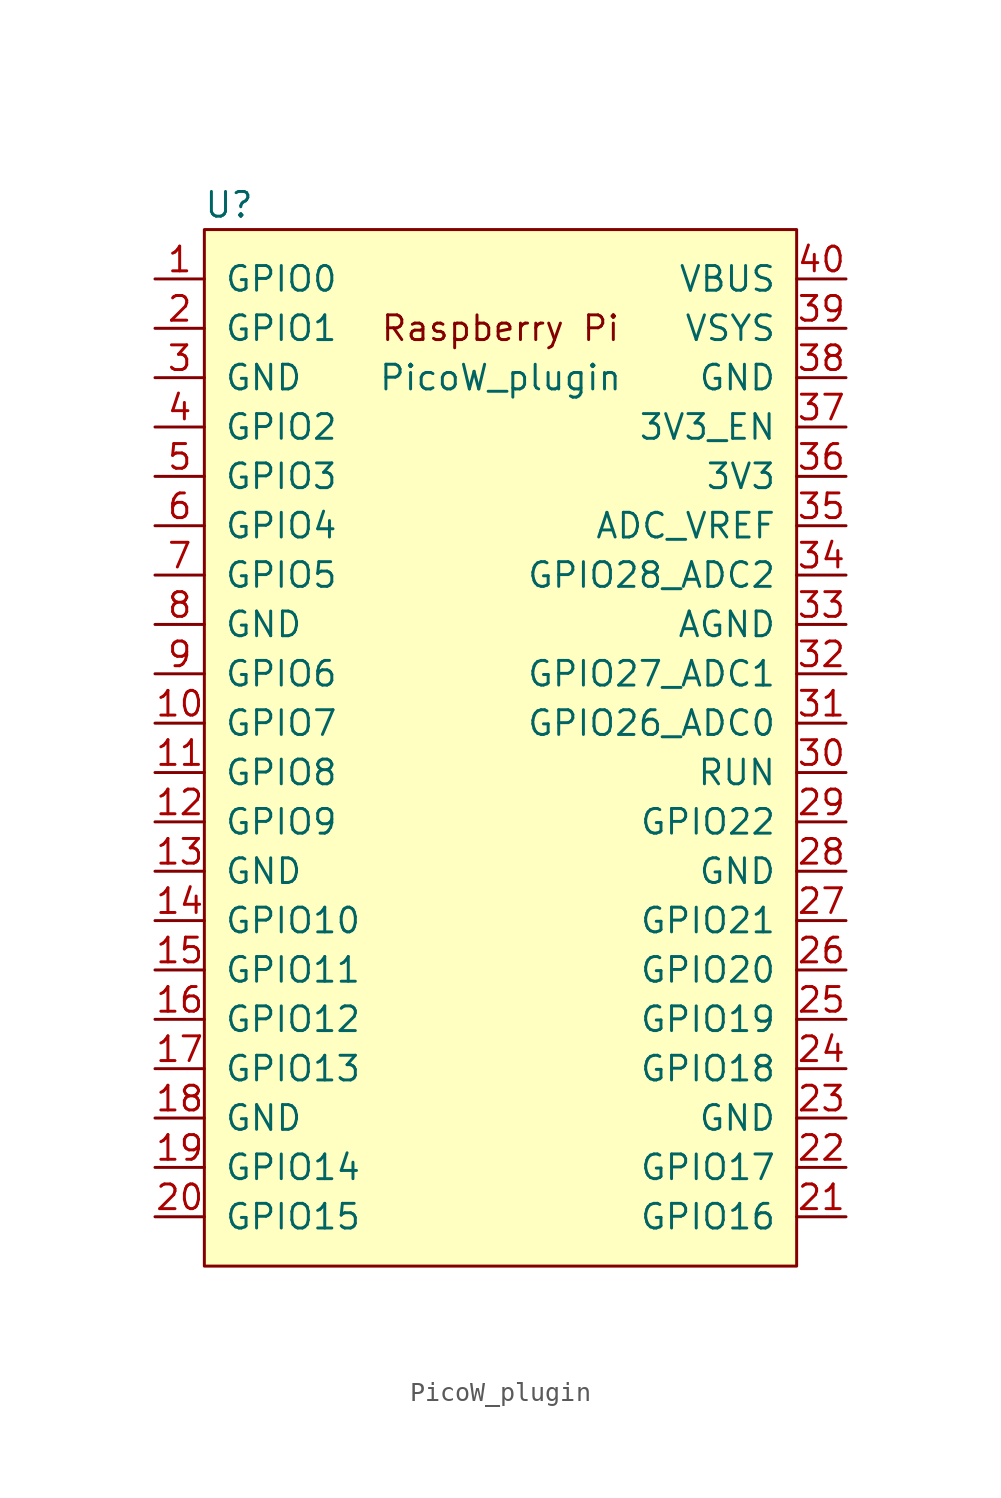
<source format=kicad_sym>
(kicad_symbol_lib
  (version 20231120)
  (generator "kicad_symbol_editor")
  (generator_version "8.0")
  (symbol "PicoW_plugin"
    (pin_names
      (offset 1.016))
    (property "Reference" "U"
      (at -13.97 27.94 0)
      (effects (font (size 1.27 1.27))))
    (property "Value" "PicoW_plugin"
      (at 0 19.05 0)
      (effects (font (size 1.27 1.27))))
    (symbol "PicoW_plugin_0_0"
      (text "Raspberry Pi" (at 0 21.59 0) (effects (font (size 1.27 1.27)))))
    (symbol "PicoW_plugin_0_1"
      (rectangle (start -15.24 26.67) (end 15.24 -26.67) (stroke (width 0) (type default)) (fill (type background))))
    (symbol "PicoW_plugin_1_1"
      (pin bidirectional line (at -17.78 24.13 0) (length 2.54) (name "GPIO0" (effects (font (size 1.27 1.27)))) (number "1" (effects (font (size 1.27 1.27)))))
      (pin bidirectional line (at -17.78 1.27 0) (length 2.54) (name "GPIO7" (effects (font (size 1.27 1.27)))) (number "10" (effects (font (size 1.27 1.27)))))
      (pin bidirectional line (at -17.78 -1.27 0) (length 2.54) (name "GPIO8" (effects (font (size 1.27 1.27)))) (number "11" (effects (font (size 1.27 1.27)))))
      (pin bidirectional line (at -17.78 -3.81 0) (length 2.54) (name "GPIO9" (effects (font (size 1.27 1.27)))) (number "12" (effects (font (size 1.27 1.27)))))
      (pin power_in line (at -17.78 -6.35 0) (length 2.54) (name "GND" (effects (font (size 1.27 1.27)))) (number "13" (effects (font (size 1.27 1.27)))))
      (pin bidirectional line (at -17.78 -8.89 0) (length 2.54) (name "GPIO10" (effects (font (size 1.27 1.27)))) (number "14" (effects (font (size 1.27 1.27)))))
      (pin bidirectional line (at -17.78 -11.43 0) (length 2.54) (name "GPIO11" (effects (font (size 1.27 1.27)))) (number "15" (effects (font (size 1.27 1.27)))))
      (pin bidirectional line (at -17.78 -13.97 0) (length 2.54) (name "GPIO12" (effects (font (size 1.27 1.27)))) (number "16" (effects (font (size 1.27 1.27)))))
      (pin bidirectional line (at -17.78 -16.51 0) (length 2.54) (name "GPIO13" (effects (font (size 1.27 1.27)))) (number "17" (effects (font (size 1.27 1.27)))))
      (pin power_in line (at -17.78 -19.05 0) (length 2.54) (name "GND" (effects (font (size 1.27 1.27)))) (number "18" (effects (font (size 1.27 1.27)))))
      (pin bidirectional line (at -17.78 -21.59 0) (length 2.54) (name "GPIO14" (effects (font (size 1.27 1.27)))) (number "19" (effects (font (size 1.27 1.27)))))
      (pin bidirectional line (at -17.78 21.59 0) (length 2.54) (name "GPIO1" (effects (font (size 1.27 1.27)))) (number "2" (effects (font (size 1.27 1.27)))))
      (pin bidirectional line (at -17.78 -24.13 0) (length 2.54) (name "GPIO15" (effects (font (size 1.27 1.27)))) (number "20" (effects (font (size 1.27 1.27)))))
      (pin bidirectional line (at 17.78 -24.13 180) (length 2.54) (name "GPIO16" (effects (font (size 1.27 1.27)))) (number "21" (effects (font (size 1.27 1.27)))))
      (pin bidirectional line (at 17.78 -21.59 180) (length 2.54) (name "GPIO17" (effects (font (size 1.27 1.27)))) (number "22" (effects (font (size 1.27 1.27)))))
      (pin power_in line (at 17.78 -19.05 180) (length 2.54) (name "GND" (effects (font (size 1.27 1.27)))) (number "23" (effects (font (size 1.27 1.27)))))
      (pin bidirectional line (at 17.78 -16.51 180) (length 2.54) (name "GPIO18" (effects (font (size 1.27 1.27)))) (number "24" (effects (font (size 1.27 1.27)))))
      (pin bidirectional line (at 17.78 -13.97 180) (length 2.54) (name "GPIO19" (effects (font (size 1.27 1.27)))) (number "25" (effects (font (size 1.27 1.27)))))
      (pin bidirectional line (at 17.78 -11.43 180) (length 2.54) (name "GPIO20" (effects (font (size 1.27 1.27)))) (number "26" (effects (font (size 1.27 1.27)))))
      (pin bidirectional line (at 17.78 -8.89 180) (length 2.54) (name "GPIO21" (effects (font (size 1.27 1.27)))) (number "27" (effects (font (size 1.27 1.27)))))
      (pin power_in line (at 17.78 -6.35 180) (length 2.54) (name "GND" (effects (font (size 1.27 1.27)))) (number "28" (effects (font (size 1.27 1.27)))))
      (pin bidirectional line (at 17.78 -3.81 180) (length 2.54) (name "GPIO22" (effects (font (size 1.27 1.27)))) (number "29" (effects (font (size 1.27 1.27)))))
      (pin power_in line (at -17.78 19.05 0) (length 2.54) (name "GND" (effects (font (size 1.27 1.27)))) (number "3" (effects (font (size 1.27 1.27)))))
      (pin input line (at 17.78 -1.27 180) (length 2.54) (name "RUN" (effects (font (size 1.27 1.27)))) (number "30" (effects (font (size 1.27 1.27)))))
      (pin bidirectional line (at 17.78 1.27 180) (length 2.54) (name "GPIO26_ADC0" (effects (font (size 1.27 1.27)))) (number "31" (effects (font (size 1.27 1.27)))))
      (pin bidirectional line (at 17.78 3.81 180) (length 2.54) (name "GPIO27_ADC1" (effects (font (size 1.27 1.27)))) (number "32" (effects (font (size 1.27 1.27)))))
      (pin power_in line (at 17.78 6.35 180) (length 2.54) (name "AGND" (effects (font (size 1.27 1.27)))) (number "33" (effects (font (size 1.27 1.27)))))
      (pin bidirectional line (at 17.78 8.89 180) (length 2.54) (name "GPIO28_ADC2" (effects (font (size 1.27 1.27)))) (number "34" (effects (font (size 1.27 1.27)))))
      (pin unspecified line (at 17.78 11.43 180) (length 2.54) (name "ADC_VREF" (effects (font (size 1.27 1.27)))) (number "35" (effects (font (size 1.27 1.27)))))
      (pin power_out line (at 17.78 13.97 180) (length 2.54) (name "3V3" (effects (font (size 1.27 1.27)))) (number "36" (effects (font (size 1.27 1.27)))))
      (pin input line (at 17.78 16.51 180) (length 2.54) (name "3V3_EN" (effects (font (size 1.27 1.27)))) (number "37" (effects (font (size 1.27 1.27)))))
      (pin power_out line (at 17.78 19.05 180) (length 2.54) (name "GND" (effects (font (size 1.27 1.27)))) (number "38" (effects (font (size 1.27 1.27)))))
      (pin passive line (at 17.78 21.59 180) (length 2.54) (name "VSYS" (effects (font (size 1.27 1.27)))) (number "39" (effects (font (size 1.27 1.27)))))
      (pin bidirectional line (at -17.78 16.51 0) (length 2.54) (name "GPIO2" (effects (font (size 1.27 1.27)))) (number "4" (effects (font (size 1.27 1.27)))))
      (pin unspecified line (at 17.78 24.13 180) (length 2.54) (name "VBUS" (effects (font (size 1.27 1.27)))) (number "40" (effects (font (size 1.27 1.27)))))
      (pin bidirectional line (at -17.78 13.97 0) (length 2.54) (name "GPIO3" (effects (font (size 1.27 1.27)))) (number "5" (effects (font (size 1.27 1.27)))))
      (pin bidirectional line (at -17.78 11.43 0) (length 2.54) (name "GPIO4" (effects (font (size 1.27 1.27)))) (number "6" (effects (font (size 1.27 1.27)))))
      (pin bidirectional line (at -17.78 8.89 0) (length 2.54) (name "GPIO5" (effects (font (size 1.27 1.27)))) (number "7" (effects (font (size 1.27 1.27)))))
      (pin power_in line (at -17.78 6.35 0) (length 2.54) (name "GND" (effects (font (size 1.27 1.27)))) (number "8" (effects (font (size 1.27 1.27)))))
      (pin bidirectional line (at -17.78 3.81 0) (length 2.54) (name "GPIO6" (effects (font (size 1.27 1.27)))) (number "9" (effects (font (size 1.27 1.27))))))))
</source>
